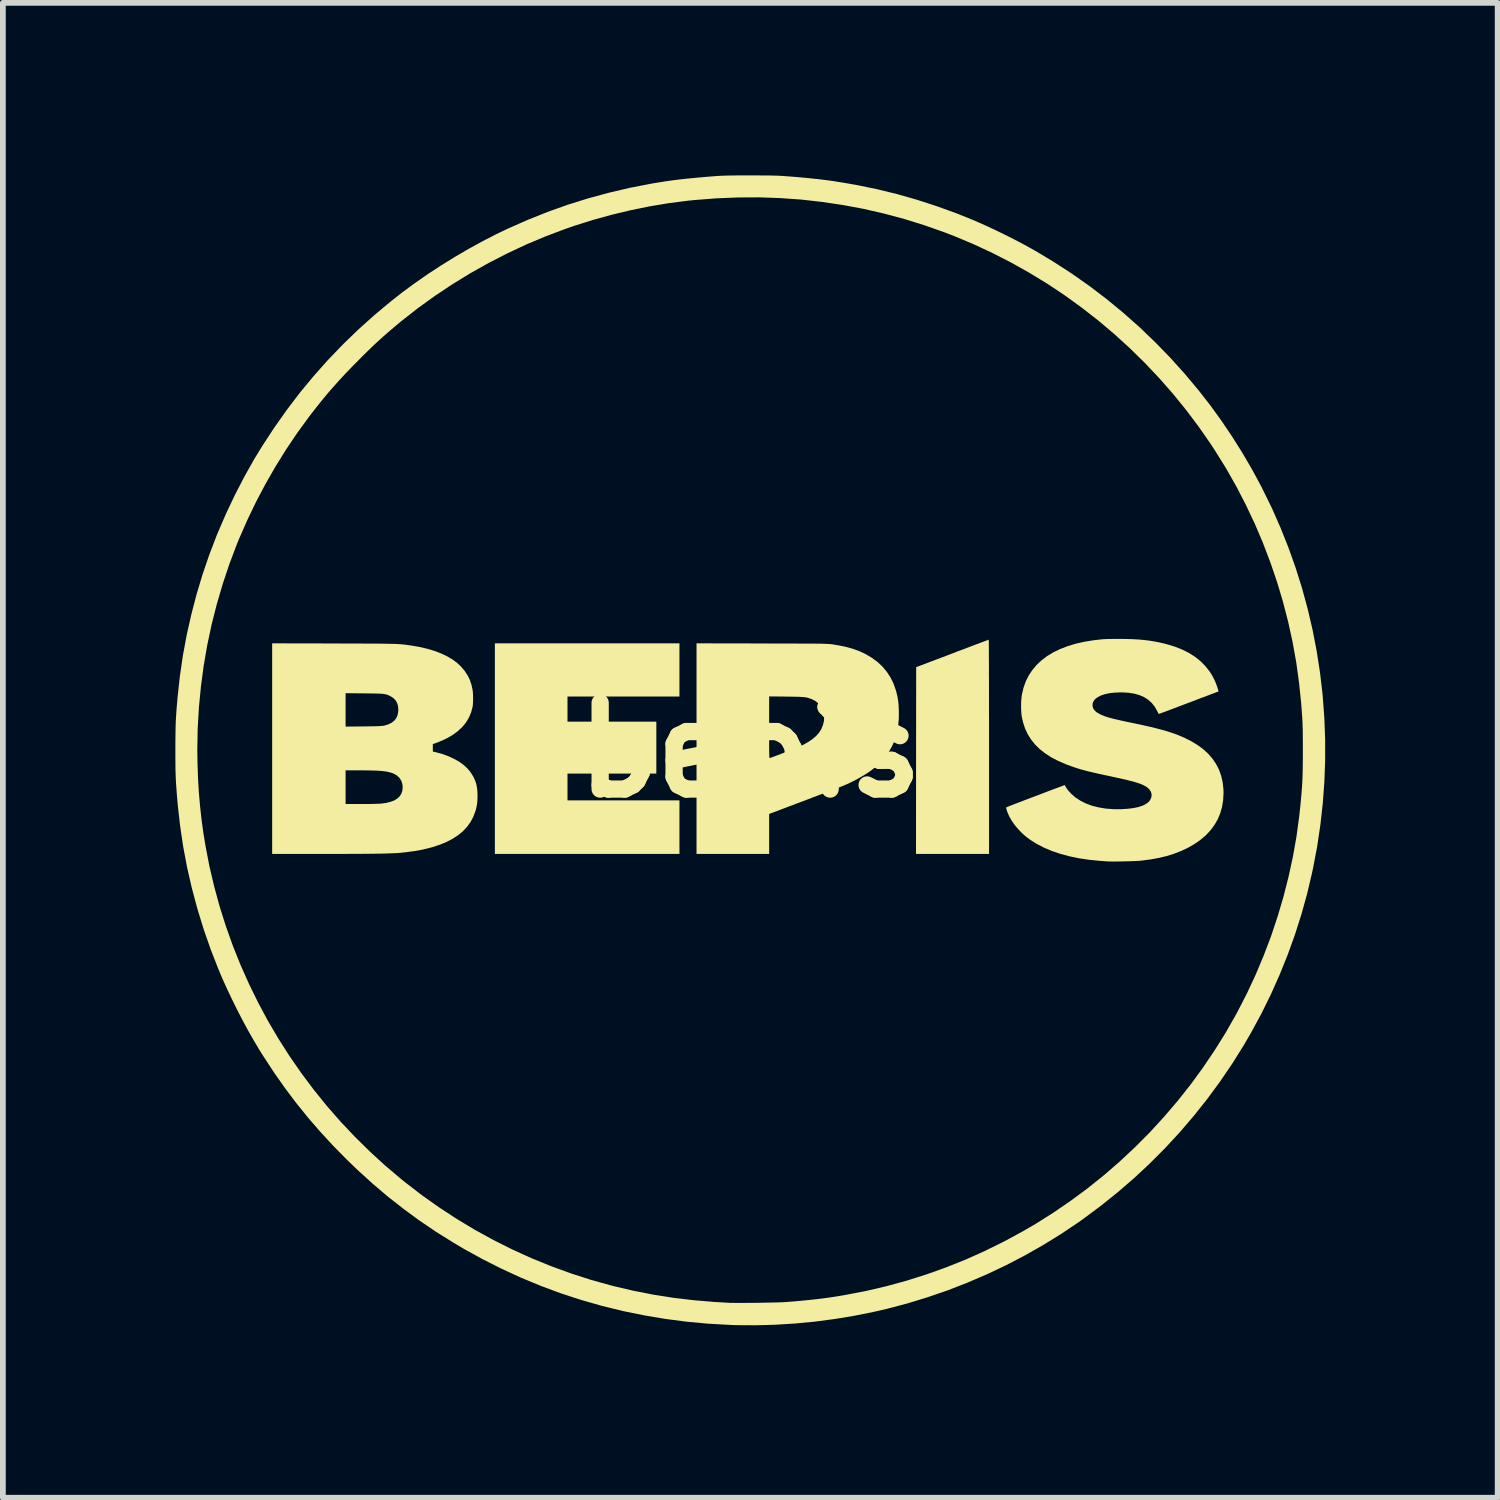
<source format=kicad_pcb>
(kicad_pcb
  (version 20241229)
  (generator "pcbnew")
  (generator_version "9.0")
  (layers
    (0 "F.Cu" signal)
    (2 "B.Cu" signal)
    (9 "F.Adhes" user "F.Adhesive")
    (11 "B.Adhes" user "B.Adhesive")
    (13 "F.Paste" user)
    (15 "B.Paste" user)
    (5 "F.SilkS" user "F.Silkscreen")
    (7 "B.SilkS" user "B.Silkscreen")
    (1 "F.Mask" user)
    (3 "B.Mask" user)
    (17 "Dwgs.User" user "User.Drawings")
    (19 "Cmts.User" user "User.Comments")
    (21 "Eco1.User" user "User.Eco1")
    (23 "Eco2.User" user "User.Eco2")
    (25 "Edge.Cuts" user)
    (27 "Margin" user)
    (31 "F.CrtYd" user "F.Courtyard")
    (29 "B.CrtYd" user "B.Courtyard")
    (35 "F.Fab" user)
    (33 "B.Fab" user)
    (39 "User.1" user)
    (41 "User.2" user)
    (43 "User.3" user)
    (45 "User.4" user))
  (footprint "bepis"
    (layer "F.Cu")
    (at 9.994 9.994)
    (property "Reference" "bepis" (at 0 0 0) (layer "F.SilkS") (effects (font (size 1.5 1.5) (thickness 0.3))))
    (attr board_only exclude_from_pos_files exclude_from_bom)
    (fp_poly (pts (xy -1.228 -1.393) (xy -1.228 -0.931) (xy -2.201 -0.931) (xy -3.175 -0.931) (xy -3.175 -0.713) (xy -3.175 -0.494) (xy -2.402 -0.494) (xy -1.63 -0.494) (xy -1.63 -0.042) (xy -1.63 0.409) (xy -2.402 0.409) (xy -3.175 0.409) (xy -3.175 0.642) (xy -3.175 0.875) (xy -2.201 0.875) (xy -1.228 0.875) (xy -1.228 1.341) (xy -1.228 1.806) (xy -2.833 1.806) (xy -4.438 1.806) (xy -4.438 -0.025) (xy -4.438 -1.856) (xy -2.833 -1.856) (xy -1.228 -1.856)) (stroke (width 0) (type solid)) (fill yes) (layer "F.SilkS"))
    (fp_poly (pts (xy 4.151 -1.912) (xy 4.151 -1.892) (xy 4.152 -1.858) (xy 4.152 -1.812) (xy 4.153 -1.755) (xy 4.153 -1.686) (xy 4.153 -1.607) (xy 4.154 -1.517) (xy 4.154 -1.418) (xy 4.154 -1.31) (xy 4.155 -1.194) (xy 4.155 -1.071) (xy 4.155 -0.94) (xy 4.155 -0.802) (xy 4.155 -0.659) (xy 4.156 -0.51) (xy 4.156 -0.356) (xy 4.156 -0.198) (xy 4.156 -0.056) (xy 4.156 1.806) (xy 3.521 1.806) (xy 2.886 1.806) (xy 2.887 0.182) (xy 2.889 -1.442) (xy 3.517 -1.68) (xy 3.607 -1.715) (xy 3.693 -1.747) (xy 3.775 -1.778) (xy 3.851 -1.807) (xy 3.92 -1.833) (xy 3.982 -1.856) (xy 4.036 -1.877) (xy 4.08 -1.893) (xy 4.115 -1.906) (xy 4.138 -1.915) (xy 4.149 -1.919) (xy 4.15 -1.919)) (stroke (width 0) (type solid)) (fill yes) (layer "F.SilkS"))
    (fp_poly (pts (xy 0.21 -1.854) (xy 0.358 -1.853) (xy 0.494 -1.853) (xy 0.616 -1.853) (xy 0.727 -1.853) (xy 0.826 -1.852) (xy 0.914 -1.852) (xy 0.993 -1.852) (xy 1.062 -1.851) (xy 1.123 -1.851) (xy 1.175 -1.85) (xy 1.221 -1.85) (xy 1.26 -1.849) (xy 1.294 -1.848) (xy 1.322 -1.847) (xy 1.346 -1.846) (xy 1.367 -1.845) (xy 1.384 -1.844) (xy 1.399 -1.843) (xy 1.412 -1.841) (xy 1.425 -1.84) (xy 1.437 -1.838) (xy 1.446 -1.836) (xy 1.553 -1.818) (xy 1.647 -1.799) (xy 1.732 -1.777) (xy 1.811 -1.753) (xy 1.885 -1.726) (xy 1.957 -1.694) (xy 2.011 -1.668) (xy 2.119 -1.604) (xy 2.216 -1.532) (xy 2.302 -1.452) (xy 2.377 -1.362) (xy 2.441 -1.264) (xy 2.494 -1.158) (xy 2.534 -1.044) (xy 2.542 -1.016) (xy 2.557 -0.956) (xy 2.569 -0.899) (xy 2.577 -0.842) (xy 2.583 -0.781) (xy 2.586 -0.71) (xy 2.587 -0.686) (xy 2.587 -0.548) (xy 2.575 -0.42) (xy 2.554 -0.299) (xy 2.521 -0.186) (xy 2.476 -0.08) (xy 2.42 0.021) (xy 2.352 0.117) (xy 2.271 0.208) (xy 2.181 0.294) (xy 2.12 0.343) (xy 2.047 0.395) (xy 1.966 0.446) (xy 1.877 0.497) (xy 1.784 0.546) (xy 1.69 0.591) (xy 1.595 0.631) (xy 1.577 0.639) (xy 1.558 0.646) (xy 1.527 0.658) (xy 1.486 0.673) (xy 1.435 0.693) (xy 1.376 0.715) (xy 1.309 0.741) (xy 1.237 0.768) (xy 1.159 0.798) (xy 1.079 0.828) (xy 0.996 0.86) (xy 0.912 0.892) (xy 0.828 0.923) (xy 0.745 0.955) (xy 0.665 0.985) (xy 0.589 1.014) (xy 0.518 1.041) (xy 0.453 1.066) (xy 0.432 1.073) (xy 0.332 1.111) (xy 0.332 1.459) (xy 0.332 1.806) (xy -0.3 1.806) (xy -0.931 1.806) (xy -0.931 -0.025) (xy -0.931 -0.395) (xy 0.332 -0.395) (xy 0.332 -0.295) (xy 0.332 -0.208) (xy 0.332 -0.134) (xy 0.332 -0.071) (xy 0.332 -0.018) (xy 0.333 0.025) (xy 0.333 0.06) (xy 0.334 0.087) (xy 0.335 0.107) (xy 0.336 0.121) (xy 0.338 0.131) (xy 0.339 0.137) (xy 0.341 0.139) (xy 0.343 0.139) (xy 0.344 0.139) (xy 0.354 0.136) (xy 0.375 0.128) (xy 0.405 0.117) (xy 0.443 0.103) (xy 0.487 0.086) (xy 0.535 0.068) (xy 0.536 0.067) (xy 0.616 0.037) (xy 0.683 0.011) (xy 0.74 -0.012) (xy 0.789 -0.031) (xy 0.83 -0.048) (xy 0.866 -0.064) (xy 0.897 -0.078) (xy 0.925 -0.092) (xy 0.925 -0.092) (xy 1.009 -0.139) (xy 1.083 -0.189) (xy 1.145 -0.241) (xy 1.195 -0.296) (xy 1.232 -0.352) (xy 1.237 -0.36) (xy 1.267 -0.434) (xy 1.285 -0.506) (xy 1.289 -0.576) (xy 1.282 -0.643) (xy 1.262 -0.705) (xy 1.23 -0.761) (xy 1.188 -0.811) (xy 1.135 -0.853) (xy 1.072 -0.886) (xy 1 -0.91) (xy 0.981 -0.914) (xy 0.963 -0.918) (xy 0.943 -0.92) (xy 0.919 -0.922) (xy 0.889 -0.924) (xy 0.853 -0.926) (xy 0.808 -0.927) (xy 0.753 -0.928) (xy 0.686 -0.929) (xy 0.626 -0.93) (xy 0.332 -0.933) (xy 0.332 -0.395) (xy -0.931 -0.395) (xy -0.931 -1.856)) (stroke (width 0) (type solid)) (fill yes) (layer "F.SilkS"))
    (fp_poly (pts (xy -7.241 -1.854) (xy -7.094 -1.853) (xy -6.96 -1.853) (xy -6.839 -1.853) (xy -6.73 -1.852) (xy -6.632 -1.852) (xy -6.544 -1.851) (xy -6.465 -1.851) (xy -6.395 -1.85) (xy -6.333 -1.849) (xy -6.279 -1.848) (xy -6.23 -1.847) (xy -6.188 -1.846) (xy -6.15 -1.845) (xy -6.116 -1.843) (xy -6.086 -1.841) (xy -6.058 -1.839) (xy -6.032 -1.836) (xy -6.007 -1.834) (xy -5.982 -1.831) (xy -5.956 -1.827) (xy -5.929 -1.823) (xy -5.905 -1.82) (xy -5.757 -1.795) (xy -5.619 -1.763) (xy -5.491 -1.725) (xy -5.373 -1.68) (xy -5.266 -1.629) (xy -5.171 -1.573) (xy -5.088 -1.51) (xy -5.027 -1.452) (xy -4.964 -1.378) (xy -4.914 -1.302) (xy -4.874 -1.222) (xy -4.845 -1.135) (xy -4.825 -1.044) (xy -4.821 -1.008) (xy -4.818 -0.963) (xy -4.817 -0.913) (xy -4.817 -0.862) (xy -4.819 -0.814) (xy -4.822 -0.774) (xy -4.825 -0.755) (xy -4.85 -0.658) (xy -4.888 -0.567) (xy -4.938 -0.483) (xy -5.001 -0.405) (xy -5.076 -0.334) (xy -5.164 -0.268) (xy -5.265 -0.209) (xy -5.295 -0.194) (xy -5.335 -0.175) (xy -5.378 -0.157) (xy -5.417 -0.14) (xy -5.45 -0.127) (xy -5.452 -0.127) (xy -5.517 -0.104) (xy -5.517 -0.039) (xy -5.517 0.026) (xy -5.463 0.038) (xy -5.351 0.069) (xy -5.246 0.107) (xy -5.149 0.152) (xy -5.06 0.202) (xy -4.983 0.258) (xy -4.916 0.319) (xy -4.862 0.384) (xy -4.855 0.394) (xy -4.813 0.462) (xy -4.782 0.529) (xy -4.759 0.599) (xy -4.746 0.674) (xy -4.74 0.756) (xy -4.74 0.79) (xy -4.741 0.862) (xy -4.746 0.925) (xy -4.756 0.984) (xy -4.77 1.042) (xy -4.778 1.067) (xy -4.815 1.164) (xy -4.863 1.254) (xy -4.923 1.336) (xy -4.994 1.412) (xy -5.077 1.48) (xy -5.172 1.542) (xy -5.279 1.598) (xy -5.398 1.647) (xy -5.53 1.69) (xy -5.607 1.71) (xy -5.719 1.736) (xy -5.84 1.757) (xy -5.971 1.775) (xy -6.064 1.785) (xy -6.1 1.788) (xy -6.139 1.791) (xy -6.183 1.793) (xy -6.232 1.795) (xy -6.287 1.797) (xy -6.349 1.799) (xy -6.419 1.801) (xy -6.496 1.802) (xy -6.582 1.803) (xy -6.678 1.804) (xy -6.784 1.805) (xy -6.9 1.805) (xy -7.029 1.806) (xy -7.17 1.806) (xy -7.324 1.806) (xy -7.403 1.806) (xy -8.311 1.806) (xy -8.311 0.646) (xy -7.034 0.646) (xy -7.034 0.938) (xy -6.768 0.938) (xy -6.704 0.938) (xy -6.641 0.938) (xy -6.581 0.937) (xy -6.527 0.936) (xy -6.481 0.934) (xy -6.444 0.933) (xy -6.421 0.931) (xy -6.332 0.92) (xy -6.255 0.901) (xy -6.19 0.877) (xy -6.137 0.845) (xy -6.096 0.807) (xy -6.066 0.762) (xy -6.048 0.709) (xy -6.046 0.702) (xy -6.041 0.641) (xy -6.048 0.584) (xy -6.067 0.53) (xy -6.098 0.483) (xy -6.14 0.444) (xy -6.182 0.418) (xy -6.213 0.404) (xy -6.246 0.393) (xy -6.282 0.383) (xy -6.324 0.374) (xy -6.371 0.368) (xy -6.425 0.362) (xy -6.488 0.358) (xy -6.561 0.356) (xy -6.645 0.354) (xy -6.74 0.353) (xy -6.803 0.353) (xy -7.034 0.353) (xy -7.034 0.646) (xy -8.311 0.646) (xy -8.311 -0.025) (xy -8.311 -0.698) (xy -7.034 -0.698) (xy -7.034 -0.408) (xy -6.722 -0.411) (xy -6.644 -0.412) (xy -6.578 -0.413) (xy -6.523 -0.414) (xy -6.479 -0.415) (xy -6.443 -0.417) (xy -6.415 -0.419) (xy -6.392 -0.421) (xy -6.374 -0.423) (xy -6.359 -0.426) (xy -6.29 -0.447) (xy -6.232 -0.476) (xy -6.187 -0.512) (xy -6.152 -0.556) (xy -6.13 -0.609) (xy -6.119 -0.669) (xy -6.117 -0.701) (xy -6.122 -0.765) (xy -6.139 -0.82) (xy -6.166 -0.867) (xy -6.205 -0.906) (xy -6.256 -0.938) (xy -6.263 -0.942) (xy -6.283 -0.951) (xy -6.302 -0.959) (xy -6.32 -0.965) (xy -6.34 -0.97) (xy -6.362 -0.974) (xy -6.389 -0.978) (xy -6.421 -0.98) (xy -6.461 -0.982) (xy -6.509 -0.983) (xy -6.567 -0.984) (xy -6.636 -0.985) (xy -6.712 -0.986) (xy -7.034 -0.989) (xy -7.034 -0.698) (xy -8.311 -0.698) (xy -8.311 -1.856)) (stroke (width 0) (type solid)) (fill yes) (layer "F.SilkS"))
    (fp_poly (pts (xy 6.5 -1.932) (xy 6.571 -1.931) (xy 6.639 -1.929) (xy 6.699 -1.926) (xy 6.748 -1.923) (xy 6.752 -1.923) (xy 6.852 -1.914) (xy 6.943 -1.903) (xy 7.028 -1.889) (xy 7.112 -1.873) (xy 7.199 -1.853) (xy 7.245 -1.841) (xy 7.385 -1.799) (xy 7.514 -1.748) (xy 7.632 -1.689) (xy 7.739 -1.621) (xy 7.835 -1.544) (xy 7.92 -1.458) (xy 7.994 -1.363) (xy 8.029 -1.309) (xy 8.059 -1.254) (xy 8.089 -1.191) (xy 8.114 -1.127) (xy 8.131 -1.077) (xy 8.148 -1.02) (xy 8.048 -0.982) (xy 8.023 -0.973) (xy 7.987 -0.959) (xy 7.94 -0.941) (xy 7.885 -0.92) (xy 7.822 -0.897) (xy 7.754 -0.871) (xy 7.682 -0.843) (xy 7.607 -0.815) (xy 7.531 -0.786) (xy 7.458 -0.759) (xy 7.389 -0.732) (xy 7.325 -0.708) (xy 7.267 -0.686) (xy 7.216 -0.667) (xy 7.174 -0.652) (xy 7.142 -0.64) (xy 7.12 -0.632) (xy 7.11 -0.628) (xy 7.109 -0.628) (xy 7.104 -0.634) (xy 7.095 -0.65) (xy 7.084 -0.672) (xy 7.08 -0.679) (xy 7.037 -0.755) (xy 6.985 -0.82) (xy 6.923 -0.875) (xy 6.852 -0.921) (xy 6.771 -0.956) (xy 6.681 -0.981) (xy 6.58 -0.997) (xy 6.469 -1.003) (xy 6.443 -1.003) (xy 6.342 -0.999) (xy 6.251 -0.989) (xy 6.171 -0.972) (xy 6.102 -0.949) (xy 6.046 -0.92) (xy 6.04 -0.916) (xy 6 -0.885) (xy 5.974 -0.852) (xy 5.959 -0.816) (xy 5.956 -0.797) (xy 5.957 -0.757) (xy 5.969 -0.721) (xy 5.993 -0.688) (xy 6.028 -0.657) (xy 6.077 -0.628) (xy 6.092 -0.621) (xy 6.119 -0.608) (xy 6.147 -0.597) (xy 6.178 -0.585) (xy 6.212 -0.574) (xy 6.251 -0.562) (xy 6.296 -0.55) (xy 6.349 -0.537) (xy 6.41 -0.523) (xy 6.48 -0.507) (xy 6.562 -0.489) (xy 6.656 -0.47) (xy 6.707 -0.459) (xy 6.842 -0.43) (xy 6.963 -0.403) (xy 7.072 -0.376) (xy 7.167 -0.351) (xy 7.251 -0.327) (xy 7.258 -0.325) (xy 7.409 -0.274) (xy 7.547 -0.217) (xy 7.672 -0.154) (xy 7.784 -0.086) (xy 7.884 -0.012) (xy 7.966 0.063) (xy 8.041 0.149) (xy 8.104 0.242) (xy 8.155 0.341) (xy 8.193 0.447) (xy 8.219 0.56) (xy 8.232 0.679) (xy 8.234 0.748) (xy 8.227 0.872) (xy 8.208 0.989) (xy 8.176 1.101) (xy 8.132 1.206) (xy 8.074 1.305) (xy 8.005 1.398) (xy 7.923 1.485) (xy 7.828 1.565) (xy 7.721 1.639) (xy 7.602 1.706) (xy 7.599 1.707) (xy 7.486 1.759) (xy 7.368 1.805) (xy 7.244 1.843) (xy 7.112 1.875) (xy 6.971 1.901) (xy 6.819 1.921) (xy 6.799 1.923) (xy 6.77 1.926) (xy 6.729 1.928) (xy 6.679 1.93) (xy 6.623 1.933) (xy 6.562 1.934) (xy 6.5 1.936) (xy 6.438 1.937) (xy 6.379 1.938) (xy 6.324 1.938) (xy 6.278 1.938) (xy 6.24 1.937) (xy 6.216 1.936) (xy 6.197 1.935) (xy 6.168 1.933) (xy 6.132 1.93) (xy 6.093 1.927) (xy 6.078 1.926) (xy 5.895 1.908) (xy 5.719 1.882) (xy 5.553 1.847) (xy 5.396 1.805) (xy 5.248 1.755) (xy 5.112 1.697) (xy 4.986 1.632) (xy 4.871 1.56) (xy 4.797 1.505) (xy 4.73 1.445) (xy 4.666 1.379) (xy 4.607 1.309) (xy 4.556 1.237) (xy 4.514 1.166) (xy 4.499 1.135) (xy 4.482 1.096) (xy 4.468 1.06) (xy 4.459 1.03) (xy 4.454 1.008) (xy 4.456 0.996) (xy 4.456 0.996) (xy 4.463 0.993) (xy 4.483 0.985) (xy 4.513 0.973) (xy 4.554 0.957) (xy 4.603 0.938) (xy 4.66 0.916) (xy 4.724 0.892) (xy 4.793 0.865) (xy 4.867 0.837) (xy 4.944 0.808) (xy 5.024 0.778) (xy 5.104 0.747) (xy 5.185 0.716) (xy 5.265 0.686) (xy 5.343 0.657) (xy 5.418 0.629) (xy 5.426 0.626) (xy 5.472 0.609) (xy 5.496 0.652) (xy 5.511 0.675) (xy 5.534 0.704) (xy 5.561 0.734) (xy 5.584 0.759) (xy 5.66 0.825) (xy 5.747 0.882) (xy 5.843 0.93) (xy 5.949 0.969) (xy 6.065 0.998) (xy 6.188 1.018) (xy 6.32 1.028) (xy 6.459 1.028) (xy 6.568 1.021) (xy 6.665 1.009) (xy 6.75 0.992) (xy 6.821 0.969) (xy 6.879 0.941) (xy 6.925 0.908) (xy 6.958 0.869) (xy 6.977 0.825) (xy 6.982 0.804) (xy 6.982 0.76) (xy 6.968 0.719) (xy 6.943 0.684) (xy 6.923 0.663) (xy 6.899 0.644) (xy 6.87 0.626) (xy 6.835 0.608) (xy 6.793 0.59) (xy 6.744 0.573) (xy 6.686 0.555) (xy 6.618 0.537) (xy 6.541 0.517) (xy 6.451 0.496) (xy 6.349 0.474) (xy 6.276 0.458) (xy 6.162 0.434) (xy 6.061 0.412) (xy 5.971 0.391) (xy 5.89 0.372) (xy 5.817 0.353) (xy 5.75 0.335) (xy 5.688 0.316) (xy 5.63 0.297) (xy 5.573 0.277) (xy 5.516 0.256) (xy 5.489 0.245) (xy 5.357 0.188) (xy 5.238 0.126) (xy 5.132 0.057) (xy 5.038 -0.016) (xy 4.957 -0.096) (xy 4.887 -0.183) (xy 4.829 -0.276) (xy 4.782 -0.376) (xy 4.747 -0.483) (xy 4.724 -0.585) (xy 4.718 -0.641) (xy 4.714 -0.706) (xy 4.713 -0.776) (xy 4.715 -0.846) (xy 4.72 -0.913) (xy 4.727 -0.963) (xy 4.754 -1.08) (xy 4.793 -1.19) (xy 4.844 -1.293) (xy 4.907 -1.389) (xy 4.981 -1.478) (xy 5.067 -1.559) (xy 5.164 -1.633) (xy 5.273 -1.699) (xy 5.393 -1.757) (xy 5.523 -1.807) (xy 5.664 -1.85) (xy 5.816 -1.884) (xy 5.977 -1.91) (xy 6.121 -1.926) (xy 6.164 -1.929) (xy 6.219 -1.931) (xy 6.283 -1.932) (xy 6.353 -1.933) (xy 6.426 -1.933)) (stroke (width 0) (type solid)) (fill yes) (layer "F.SilkS"))
    (fp_poly (pts (xy 0.097 -9.994) (xy 0.182 -9.993) (xy 0.263 -9.993) (xy 0.34 -9.992) (xy 0.409 -9.99) (xy 0.468 -9.989) (xy 0.517 -9.987) (xy 0.547 -9.985) (xy 0.702 -9.974) (xy 0.846 -9.962) (xy 0.98 -9.95) (xy 1.106 -9.937) (xy 1.226 -9.924) (xy 1.344 -9.909) (xy 1.46 -9.893) (xy 1.577 -9.874) (xy 1.697 -9.854) (xy 1.823 -9.832) (xy 1.866 -9.824) (xy 2.212 -9.753) (xy 2.559 -9.668) (xy 2.905 -9.569) (xy 3.25 -9.457) (xy 3.592 -9.333) (xy 3.835 -9.236) (xy 3.975 -9.176) (xy 4.123 -9.11) (xy 4.276 -9.038) (xy 4.43 -8.963) (xy 4.583 -8.886) (xy 4.731 -8.809) (xy 4.871 -8.732) (xy 4.957 -8.684) (xy 5.282 -8.489) (xy 5.598 -8.284) (xy 5.905 -8.068) (xy 6.203 -7.841) (xy 6.492 -7.603) (xy 6.772 -7.355) (xy 7.043 -7.095) (xy 7.306 -6.825) (xy 7.56 -6.543) (xy 7.804 -6.251) (xy 8.002 -5.997) (xy 8.194 -5.732) (xy 8.379 -5.458) (xy 8.557 -5.176) (xy 8.725 -4.889) (xy 8.882 -4.599) (xy 8.908 -4.547) (xy 9.073 -4.211) (xy 9.224 -3.869) (xy 9.362 -3.523) (xy 9.487 -3.172) (xy 9.599 -2.816) (xy 9.697 -2.456) (xy 9.782 -2.092) (xy 9.853 -1.725) (xy 9.911 -1.353) (xy 9.955 -0.979) (xy 9.959 -0.931) (xy 9.987 -0.559) (xy 10.001 -0.185) (xy 10.001 0.188) (xy 9.987 0.562) (xy 9.959 0.936) (xy 9.917 1.308) (xy 9.862 1.679) (xy 9.792 2.047) (xy 9.771 2.145) (xy 9.686 2.505) (xy 9.587 2.861) (xy 9.474 3.215) (xy 9.348 3.564) (xy 9.209 3.908) (xy 9.058 4.247) (xy 8.894 4.58) (xy 8.718 4.905) (xy 8.586 5.133) (xy 8.386 5.452) (xy 8.174 5.764) (xy 7.952 6.066) (xy 7.718 6.36) (xy 7.474 6.645) (xy 7.22 6.92) (xy 6.955 7.186) (xy 6.68 7.443) (xy 6.395 7.689) (xy 6.101 7.925) (xy 5.797 8.151) (xy 5.719 8.207) (xy 5.414 8.412) (xy 5.1 8.606) (xy 4.78 8.788) (xy 4.452 8.959) (xy 4.118 9.117) (xy 3.778 9.263) (xy 3.433 9.397) (xy 3.083 9.517) (xy 2.73 9.625) (xy 2.373 9.719) (xy 2.145 9.771) (xy 1.808 9.839) (xy 1.467 9.895) (xy 1.123 9.94) (xy 0.779 9.973) (xy 0.437 9.994) (xy 0.097 10.003) (xy -0.239 10.001) (xy -0.342 9.997) (xy -0.724 9.976) (xy -1.103 9.941) (xy -1.477 9.892) (xy -1.847 9.83) (xy -2.213 9.755) (xy -2.575 9.666) (xy -2.933 9.564) (xy -3.286 9.449) (xy -3.634 9.32) (xy -3.978 9.178) (xy -4.317 9.022) (xy -4.651 8.854) (xy -4.981 8.672) (xy -5.161 8.565) (xy -5.459 8.379) (xy -5.747 8.184) (xy -6.025 7.98) (xy -6.297 7.767) (xy -6.562 7.542) (xy -6.822 7.306) (xy -7.016 7.119) (xy -7.252 6.879) (xy -7.476 6.636) (xy -7.688 6.391) (xy -7.891 6.14) (xy -8.086 5.881) (xy -8.274 5.614) (xy -8.456 5.336) (xy -8.535 5.211) (xy -8.629 5.053) (xy -8.725 4.885) (xy -8.821 4.708) (xy -8.915 4.526) (xy -9.006 4.342) (xy -9.093 4.159) (xy -9.175 3.978) (xy -9.243 3.817) (xy -9.38 3.467) (xy -9.503 3.114) (xy -9.612 2.758) (xy -9.708 2.399) (xy -9.791 2.038) (xy -9.859 1.674) (xy -9.913 1.309) (xy -9.954 0.942) (xy -9.962 0.847) (xy -9.969 0.765) (xy -9.974 0.693) (xy -9.979 0.629) (xy -9.983 0.57) (xy -9.986 0.515) (xy -9.988 0.462) (xy -9.99 0.408) (xy -9.992 0.351) (xy -9.993 0.29) (xy -9.993 0.223) (xy -9.994 0.147) (xy -9.994 0.06) (xy -9.994 -0.007) (xy -9.994 -0.009) (xy -9.613 -0.009) (xy -9.609 0.243) (xy -9.6 0.494) (xy -9.586 0.735) (xy -9.565 0.971) (xy -9.54 1.203) (xy -9.508 1.436) (xy -9.472 1.655) (xy -9.404 2.012) (xy -9.321 2.365) (xy -9.226 2.715) (xy -9.117 3.06) (xy -8.996 3.4) (xy -8.862 3.735) (xy -8.715 4.065) (xy -8.556 4.389) (xy -8.386 4.707) (xy -8.203 5.018) (xy -8.009 5.322) (xy -7.803 5.619) (xy -7.587 5.908) (xy -7.359 6.19) (xy -7.12 6.463) (xy -6.871 6.727) (xy -6.612 6.982) (xy -6.343 7.228) (xy -6.063 7.464) (xy -5.998 7.517) (xy -5.706 7.742) (xy -5.406 7.954) (xy -5.099 8.155) (xy -4.785 8.344) (xy -4.464 8.52) (xy -4.137 8.684) (xy -3.805 8.835) (xy -3.466 8.973) (xy -3.122 9.099) (xy -2.774 9.211) (xy -2.42 9.31) (xy -2.366 9.324) (xy -2.024 9.404) (xy -1.68 9.471) (xy -1.331 9.526) (xy -0.977 9.568) (xy -0.617 9.598) (xy -0.356 9.613) (xy -0.319 9.614) (xy -0.27 9.614) (xy -0.21 9.615) (xy -0.142 9.615) (xy -0.069 9.614) (xy 0.01 9.614) (xy 0.091 9.613) (xy 0.173 9.612) (xy 0.254 9.61) (xy 0.332 9.609) (xy 0.405 9.607) (xy 0.471 9.606) (xy 0.53 9.604) (xy 0.577 9.602) (xy 0.613 9.6) (xy 0.614 9.6) (xy 0.767 9.588) (xy 0.909 9.575) (xy 1.041 9.562) (xy 1.167 9.548) (xy 1.29 9.533) (xy 1.411 9.516) (xy 1.533 9.497) (xy 1.644 9.478) (xy 2.006 9.409) (xy 2.364 9.326) (xy 2.718 9.229) (xy 3.067 9.119) (xy 3.411 8.996) (xy 3.751 8.86) (xy 4.085 8.71) (xy 4.415 8.547) (xy 4.74 8.371) (xy 4.967 8.239) (xy 5.275 8.045) (xy 5.575 7.839) (xy 5.868 7.623) (xy 6.152 7.395) (xy 6.427 7.157) (xy 6.693 6.908) (xy 6.95 6.65) (xy 7.196 6.382) (xy 7.433 6.105) (xy 7.659 5.82) (xy 7.874 5.526) (xy 8.078 5.224) (xy 8.271 4.915) (xy 8.451 4.599) (xy 8.475 4.554) (xy 8.64 4.234) (xy 8.792 3.908) (xy 8.932 3.575) (xy 9.06 3.238) (xy 9.174 2.896) (xy 9.276 2.551) (xy 9.365 2.202) (xy 9.441 1.852) (xy 9.503 1.5) (xy 9.551 1.147) (xy 9.574 0.928) (xy 9.582 0.842) (xy 9.589 0.765) (xy 9.594 0.695) (xy 9.599 0.63) (xy 9.603 0.568) (xy 9.606 0.507) (xy 9.608 0.444) (xy 9.61 0.379) (xy 9.611 0.307) (xy 9.612 0.229) (xy 9.613 0.141) (xy 9.613 0.042) (xy 9.613 0.007) (xy 9.613 -0.088) (xy 9.613 -0.17) (xy 9.612 -0.242) (xy 9.612 -0.306) (xy 9.611 -0.364) (xy 9.609 -0.417) (xy 9.608 -0.468) (xy 9.605 -0.518) (xy 9.602 -0.57) (xy 9.598 -0.625) (xy 9.594 -0.685) (xy 9.589 -0.753) (xy 9.585 -0.804) (xy 9.548 -1.164) (xy 9.499 -1.521) (xy 9.435 -1.877) (xy 9.358 -2.23) (xy 9.267 -2.581) (xy 9.163 -2.928) (xy 9.046 -3.27) (xy 8.917 -3.608) (xy 8.775 -3.942) (xy 8.62 -4.269) (xy 8.453 -4.591) (xy 8.274 -4.906) (xy 8.082 -5.214) (xy 8.013 -5.32) (xy 7.803 -5.622) (xy 7.582 -5.916) (xy 7.351 -6.2) (xy 7.11 -6.474) (xy 6.859 -6.739) (xy 6.599 -6.994) (xy 6.329 -7.239) (xy 6.052 -7.473) (xy 5.765 -7.696) (xy 5.471 -7.909) (xy 5.169 -8.11) (xy 4.859 -8.299) (xy 4.542 -8.477) (xy 4.218 -8.643) (xy 3.888 -8.797) (xy 3.552 -8.938) (xy 3.383 -9.003) (xy 3.037 -9.125) (xy 2.687 -9.234) (xy 2.333 -9.329) (xy 1.977 -9.411) (xy 1.618 -9.478) (xy 1.256 -9.532) (xy 0.892 -9.573) (xy 0.526 -9.599) (xy 0.157 -9.612) (xy -0.213 -9.61) (xy -0.584 -9.595) (xy -0.957 -9.566) (xy -1.087 -9.553) (xy -1.413 -9.511) (xy -1.743 -9.456) (xy -2.073 -9.389) (xy -2.403 -9.31) (xy -2.73 -9.22) (xy -3.051 -9.119) (xy -3.216 -9.062) (xy -3.557 -8.933) (xy -3.893 -8.792) (xy -4.223 -8.637) (xy -4.548 -8.47) (xy -4.867 -8.291) (xy -5.178 -8.1) (xy -5.482 -7.898) (xy -5.778 -7.684) (xy -6.065 -7.459) (xy -6.248 -7.306) (xy -6.313 -7.25) (xy -6.373 -7.197) (xy -6.43 -7.146) (xy -6.487 -7.094) (xy -6.544 -7.041) (xy -6.604 -6.983) (xy -6.669 -6.92) (xy -6.74 -6.85) (xy -6.791 -6.798) (xy -6.918 -6.67) (xy -7.035 -6.548) (xy -7.145 -6.43) (xy -7.25 -6.312) (xy -7.353 -6.194) (xy -7.454 -6.071) (xy -7.556 -5.943) (xy -7.662 -5.807) (xy -7.667 -5.8) (xy -7.87 -5.522) (xy -8.065 -5.233) (xy -8.25 -4.936) (xy -8.425 -4.631) (xy -8.589 -4.321) (xy -8.741 -4.005) (xy -8.881 -3.686) (xy -8.926 -3.577) (xy -9.055 -3.235) (xy -9.171 -2.888) (xy -9.274 -2.537) (xy -9.364 -2.183) (xy -9.44 -1.825) (xy -9.502 -1.465) (xy -9.55 -1.103) (xy -9.585 -0.74) (xy -9.606 -0.375) (xy -9.613 -0.009) (xy -9.994 -0.009) (xy -9.994 -0.108) (xy -9.993 -0.197) (xy -9.992 -0.276) (xy -9.991 -0.348) (xy -9.99 -0.414) (xy -9.988 -0.476) (xy -9.985 -0.537) (xy -9.981 -0.599) (xy -9.977 -0.663) (xy -9.972 -0.733) (xy -9.965 -0.81) (xy -9.958 -0.896) (xy -9.955 -0.925) (xy -9.916 -1.282) (xy -9.864 -1.64) (xy -9.798 -1.997) (xy -9.718 -2.353) (xy -9.626 -2.706) (xy -9.521 -3.056) (xy -9.403 -3.401) (xy -9.273 -3.74) (xy -9.251 -3.792) (xy -9.111 -4.116) (xy -8.96 -4.434) (xy -8.799 -4.746) (xy -8.629 -5.049) (xy -8.485 -5.285) (xy -8.277 -5.603) (xy -8.059 -5.912) (xy -7.831 -6.212) (xy -7.592 -6.501) (xy -7.343 -6.781) (xy -7.083 -7.052) (xy -6.813 -7.313) (xy -6.532 -7.565) (xy -6.241 -7.808) (xy -6.047 -7.96) (xy -5.834 -8.117) (xy -5.61 -8.273) (xy -5.378 -8.425) (xy -5.139 -8.573) (xy -4.896 -8.715) (xy -4.653 -8.848) (xy -4.411 -8.973) (xy -4.216 -9.066) (xy -3.872 -9.218) (xy -3.525 -9.357) (xy -3.175 -9.482) (xy -2.82 -9.593) (xy -2.461 -9.691) (xy -2.097 -9.776) (xy -1.728 -9.848) (xy -1.683 -9.856) (xy -1.58 -9.873) (xy -1.481 -9.889) (xy -1.383 -9.903) (xy -1.285 -9.916) (xy -1.184 -9.928) (xy -1.078 -9.939) (xy -0.967 -9.95) (xy -0.847 -9.961) (xy -0.717 -9.972) (xy -0.576 -9.983) (xy -0.543 -9.985) (xy -0.505 -9.987) (xy -0.454 -9.989) (xy -0.393 -9.991) (xy -0.323 -9.992) (xy -0.246 -9.993) (xy -0.164 -9.994) (xy -0.078 -9.994) (xy 0.009 -9.994)) (stroke (width 0) (type solid)) (fill yes) (layer "F.SilkS")))
  (gr_rect
    (start -3 -3)
    (end 22.995 22.997)
    (stroke (width 0.1) (type default))
    (fill no)
    (layer "Edge.Cuts")))
</source>
